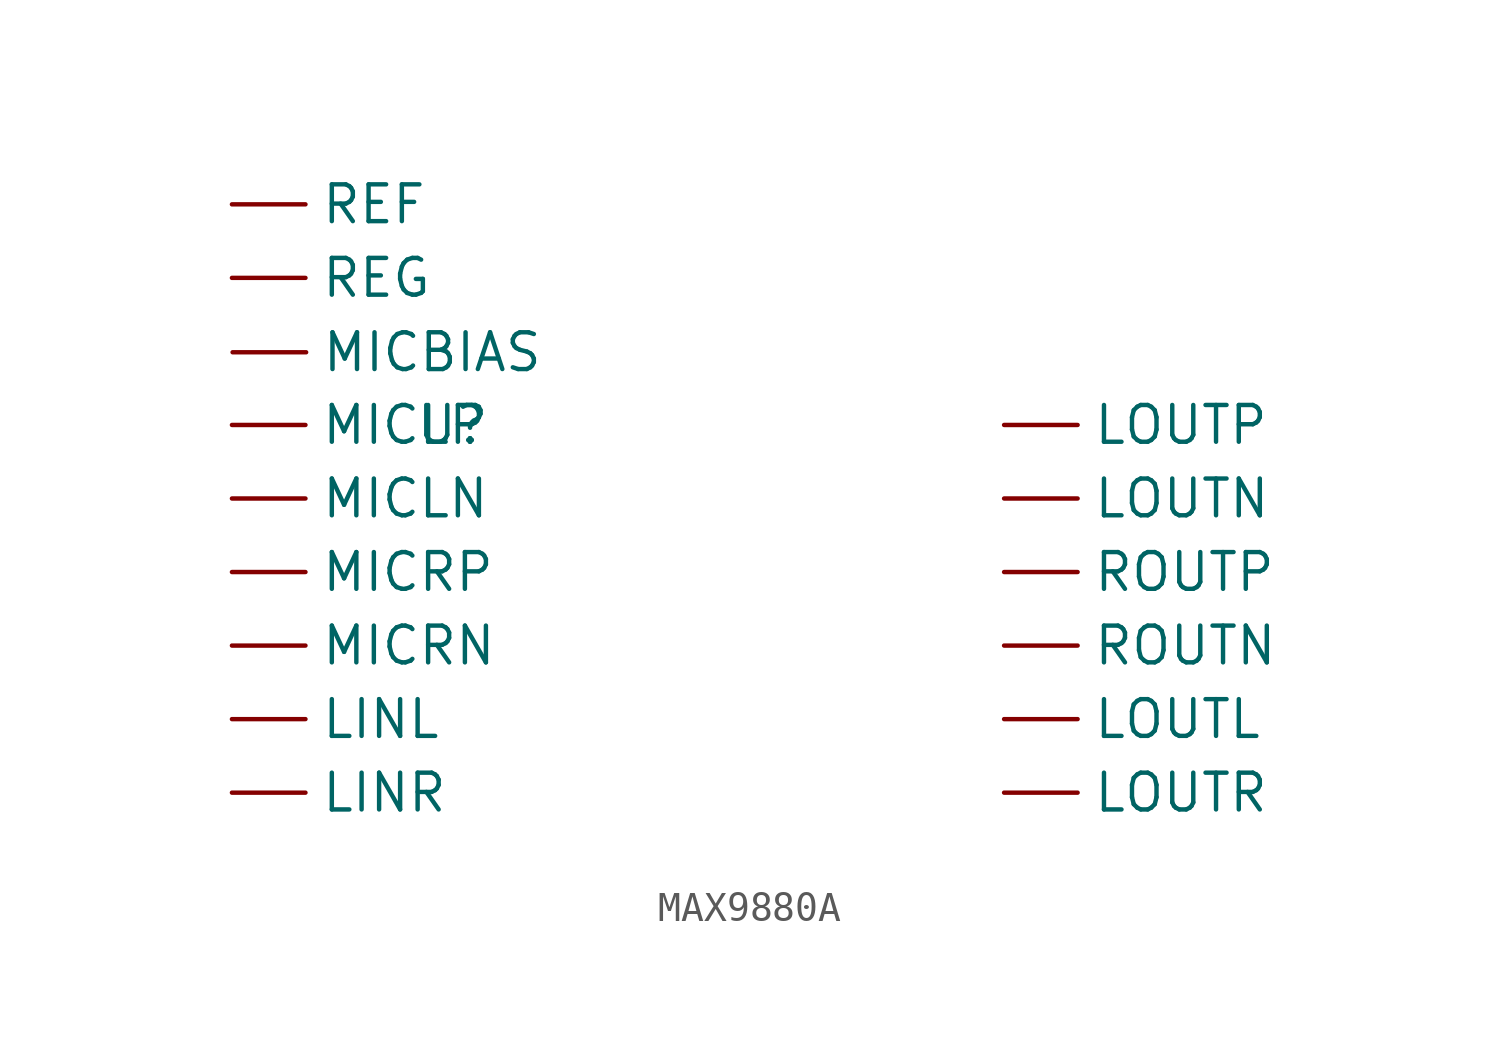
<source format=kicad_sym>
(kicad_symbol_lib
  (version 20220914)
  (generator kicad_symbol_editor)
  (symbol "MAX9880A"
    (property "Reference" "U"
      (at 0 0 0)
      (effects (font (size 1.27 1.27))))
    (property "Value" ""
      (at 0 0 0)
      (effects (font (size 1.27 1.27))))
    (symbol "MAX9880A_1_1"
      (pin input line (at -7.62 -10.16 0) (length 2.54) (name "LINL" (effects (font (size 1.27 1.27)))) (number "" (effects (font (size 1.27 1.27)))))
      (pin input line (at -7.62 -12.7 0) (length 2.54) (name "LINR" (effects (font (size 1.27 1.27)))) (number "" (effects (font (size 1.27 1.27)))))
      (pin input line (at 19.05 -10.16 0) (length 2.54) (name "LOUTL" (effects (font (size 1.27 1.27)))) (number "" (effects (font (size 1.27 1.27)))))
      (pin input line (at 19.05 -2.54 0) (length 2.54) (name "LOUTN" (effects (font (size 1.27 1.27)))) (number "" (effects (font (size 1.27 1.27)))))
      (pin input line (at 19.05 0 0) (length 2.54) (name "LOUTP" (effects (font (size 1.27 1.27)))) (number "" (effects (font (size 1.27 1.27)))))
      (pin input line (at 19.05 -12.7 0) (length 2.54) (name "LOUTR" (effects (font (size 1.27 1.27)))) (number "" (effects (font (size 1.27 1.27)))))
      (pin input line (at -7.597 2.511 0) (length 2.54) (name "MICBIAS" (effects (font (size 1.27 1.27)))) (number "" (effects (font (size 1.27 1.27)))))
      (pin input line (at -7.62 -2.54 0) (length 2.54) (name "MICLN" (effects (font (size 1.27 1.27)))) (number "" (effects (font (size 1.27 1.27)))))
      (pin input line (at -7.62 0 0) (length 2.54) (name "MICLP" (effects (font (size 1.27 1.27)))) (number "" (effects (font (size 1.27 1.27)))))
      (pin input line (at -7.62 -7.62 0) (length 2.54) (name "MICRN" (effects (font (size 1.27 1.27)))) (number "" (effects (font (size 1.27 1.27)))))
      (pin input line (at -7.62 -5.08 0) (length 2.54) (name "MICRP" (effects (font (size 1.27 1.27)))) (number "" (effects (font (size 1.27 1.27)))))
      (pin input line (at -7.62 7.62 0) (length 2.54) (name "REF" (effects (font (size 1.27 1.27)))) (number "" (effects (font (size 1.27 1.27)))))
      (pin input line (at -7.62 5.08 0) (length 2.54) (name "REG" (effects (font (size 1.27 1.27)))) (number "" (effects (font (size 1.27 1.27)))))
      (pin input line (at 19.05 -7.62 0) (length 2.54) (name "ROUTN" (effects (font (size 1.27 1.27)))) (number "" (effects (font (size 1.27 1.27)))))
      (pin input line (at 19.05 -5.08 0) (length 2.54) (name "ROUTP" (effects (font (size 1.27 1.27)))) (number "" (effects (font (size 1.27 1.27))))))))
</source>
